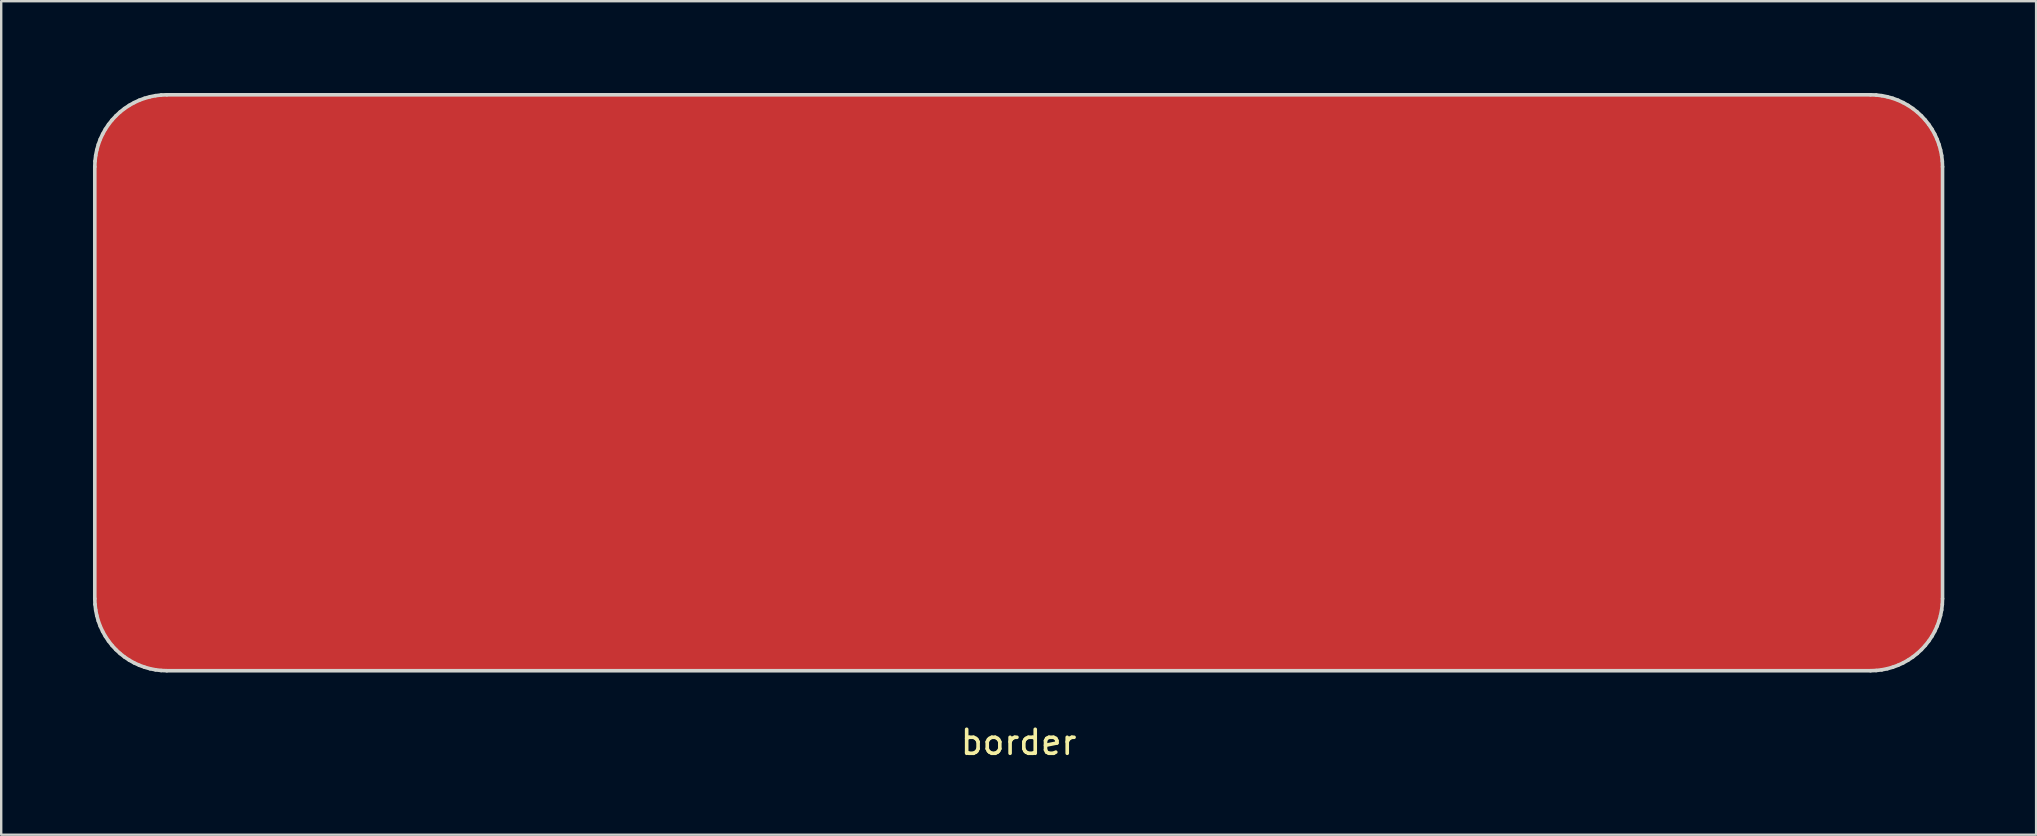
<source format=kicad_pcb>
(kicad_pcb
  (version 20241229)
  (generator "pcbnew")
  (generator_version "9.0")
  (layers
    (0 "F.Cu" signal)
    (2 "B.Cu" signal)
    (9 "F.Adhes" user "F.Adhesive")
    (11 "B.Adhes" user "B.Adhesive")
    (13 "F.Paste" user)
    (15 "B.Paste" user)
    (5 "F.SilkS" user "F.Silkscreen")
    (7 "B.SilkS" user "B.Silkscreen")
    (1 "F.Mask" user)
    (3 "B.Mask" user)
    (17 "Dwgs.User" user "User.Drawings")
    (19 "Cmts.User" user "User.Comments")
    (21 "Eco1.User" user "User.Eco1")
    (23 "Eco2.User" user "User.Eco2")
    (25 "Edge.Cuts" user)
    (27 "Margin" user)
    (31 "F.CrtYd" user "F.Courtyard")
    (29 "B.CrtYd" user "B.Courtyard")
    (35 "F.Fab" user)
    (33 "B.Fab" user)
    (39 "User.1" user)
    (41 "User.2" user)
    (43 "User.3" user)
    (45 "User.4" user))
  (footprint "border"
    (layer "F.Cu")
    (at 39.4 12.9)
    (property "Reference" "border" (at 0 14.986 0) (layer "F.SilkS") (effects (font (size 1 1) (thickness 0.15))))
    (attr through_hole)
    (fp_line (start -38.5 -9) (end -38.5 9) (stroke (width 1.8) (type solid)) (layer "F.Mask"))
    (fp_line (start -38.5 -9) (end -38.491 -9.235) (stroke (width 1.8) (type solid)) (layer "F.Mask"))
    (fp_line (start -38.491 -9.235) (end -38.463 -9.469) (stroke (width 1.8) (type solid)) (layer "F.Mask"))
    (fp_line (start -38.491 9.235) (end -38.5 9) (stroke (width 1.8) (type solid)) (layer "F.Mask"))
    (fp_line (start -38.463 -9.469) (end -38.417 -9.7) (stroke (width 1.8) (type solid)) (layer "F.Mask"))
    (fp_line (start -38.463 9.469) (end -38.491 9.235) (stroke (width 1.8) (type solid)) (layer "F.Mask"))
    (fp_line (start -38.417 -9.7) (end -38.353 -9.927) (stroke (width 1.8) (type solid)) (layer "F.Mask"))
    (fp_line (start -38.417 9.7) (end -38.463 9.469) (stroke (width 1.8) (type solid)) (layer "F.Mask"))
    (fp_line (start -38.353 -9.927) (end -38.272 -10.148) (stroke (width 1.8) (type solid)) (layer "F.Mask"))
    (fp_line (start -38.353 9.927) (end -38.417 9.7) (stroke (width 1.8) (type solid)) (layer "F.Mask"))
    (fp_line (start -38.272 -10.148) (end -38.173 -10.362) (stroke (width 1.8) (type solid)) (layer "F.Mask"))
    (fp_line (start -38.272 10.148) (end -38.353 9.927) (stroke (width 1.8) (type solid)) (layer "F.Mask"))
    (fp_line (start -38.173 -10.362) (end -38.058 -10.567) (stroke (width 1.8) (type solid)) (layer "F.Mask"))
    (fp_line (start -38.173 10.362) (end -38.272 10.148) (stroke (width 1.8) (type solid)) (layer "F.Mask"))
    (fp_line (start -38.058 -10.567) (end -37.927 -10.763) (stroke (width 1.8) (type solid)) (layer "F.Mask"))
    (fp_line (start -38.058 10.567) (end -38.173 10.362) (stroke (width 1.8) (type solid)) (layer "F.Mask"))
    (fp_line (start -37.927 -10.763) (end -37.781 -10.948) (stroke (width 1.8) (type solid)) (layer "F.Mask"))
    (fp_line (start -37.927 10.763) (end -38.058 10.567) (stroke (width 1.8) (type solid)) (layer "F.Mask"))
    (fp_line (start -37.781 -10.948) (end -37.621 -11.121) (stroke (width 1.8) (type solid)) (layer "F.Mask"))
    (fp_line (start -37.781 10.948) (end -37.927 10.763) (stroke (width 1.8) (type solid)) (layer "F.Mask"))
    (fp_line (start -37.621 -11.121) (end -37.448 -11.281) (stroke (width 1.8) (type solid)) (layer "F.Mask"))
    (fp_line (start -37.621 11.121) (end -37.781 10.948) (stroke (width 1.8) (type solid)) (layer "F.Mask"))
    (fp_line (start -37.448 -11.281) (end -37.263 -11.427) (stroke (width 1.8) (type solid)) (layer "F.Mask"))
    (fp_line (start -37.448 11.281) (end -37.621 11.121) (stroke (width 1.8) (type solid)) (layer "F.Mask"))
    (fp_line (start -37.263 -11.427) (end -37.067 -11.558) (stroke (width 1.8) (type solid)) (layer "F.Mask"))
    (fp_line (start -37.263 11.427) (end -37.448 11.281) (stroke (width 1.8) (type solid)) (layer "F.Mask"))
    (fp_line (start -37.067 -11.558) (end -36.862 -11.673) (stroke (width 1.8) (type solid)) (layer "F.Mask"))
    (fp_line (start -37.067 11.558) (end -37.263 11.427) (stroke (width 1.8) (type solid)) (layer "F.Mask"))
    (fp_line (start -36.862 -11.673) (end -36.648 -11.772) (stroke (width 1.8) (type solid)) (layer "F.Mask"))
    (fp_line (start -36.862 11.673) (end -37.067 11.558) (stroke (width 1.8) (type solid)) (layer "F.Mask"))
    (fp_line (start -36.648 -11.772) (end -36.427 -11.853) (stroke (width 1.8) (type solid)) (layer "F.Mask"))
    (fp_line (start -36.648 11.772) (end -36.862 11.673) (stroke (width 1.8) (type solid)) (layer "F.Mask"))
    (fp_line (start -36.427 -11.853) (end -36.2 -11.917) (stroke (width 1.8) (type solid)) (layer "F.Mask"))
    (fp_line (start -36.427 11.853) (end -36.648 11.772) (stroke (width 1.8) (type solid)) (layer "F.Mask"))
    (fp_line (start -36.2 -11.917) (end -35.969 -11.963) (stroke (width 1.8) (type solid)) (layer "F.Mask"))
    (fp_line (start -36.2 11.917) (end -36.427 11.853) (stroke (width 1.8) (type solid)) (layer "F.Mask"))
    (fp_line (start -35.969 -11.963) (end -35.735 -11.991) (stroke (width 1.8) (type solid)) (layer "F.Mask"))
    (fp_line (start -35.969 11.963) (end -36.2 11.917) (stroke (width 1.8) (type solid)) (layer "F.Mask"))
    (fp_line (start -35.735 -11.991) (end -35.5 -12) (stroke (width 1.8) (type solid)) (layer "F.Mask"))
    (fp_line (start -35.735 11.991) (end -35.969 11.963) (stroke (width 1.8) (type solid)) (layer "F.Mask"))
    (fp_line (start -35.5 -12) (end 35.5 -12) (stroke (width 1.8) (type solid)) (layer "F.Mask"))
    (fp_line (start -35.5 12) (end -35.735 11.991) (stroke (width 1.8) (type solid)) (layer "F.Mask"))
    (fp_line (start -35.5 12) (end 35.5 12) (stroke (width 1.8) (type solid)) (layer "F.Mask"))
    (fp_line (start 35.5 -12) (end 35.735 -11.991) (stroke (width 1.8) (type solid)) (layer "F.Mask"))
    (fp_line (start 35.735 -11.991) (end 35.969 -11.963) (stroke (width 1.8) (type solid)) (layer "F.Mask"))
    (fp_line (start 35.735 11.991) (end 35.5 12) (stroke (width 1.8) (type solid)) (layer "F.Mask"))
    (fp_line (start 35.969 -11.963) (end 36.2 -11.917) (stroke (width 1.8) (type solid)) (layer "F.Mask"))
    (fp_line (start 35.969 11.963) (end 35.735 11.991) (stroke (width 1.8) (type solid)) (layer "F.Mask"))
    (fp_line (start 36.2 -11.917) (end 36.427 -11.853) (stroke (width 1.8) (type solid)) (layer "F.Mask"))
    (fp_line (start 36.2 11.917) (end 35.969 11.963) (stroke (width 1.8) (type solid)) (layer "F.Mask"))
    (fp_line (start 36.427 -11.853) (end 36.648 -11.772) (stroke (width 1.8) (type solid)) (layer "F.Mask"))
    (fp_line (start 36.427 11.853) (end 36.2 11.917) (stroke (width 1.8) (type solid)) (layer "F.Mask"))
    (fp_line (start 36.648 -11.772) (end 36.862 -11.673) (stroke (width 1.8) (type solid)) (layer "F.Mask"))
    (fp_line (start 36.648 11.772) (end 36.427 11.853) (stroke (width 1.8) (type solid)) (layer "F.Mask"))
    (fp_line (start 36.862 -11.673) (end 37.067 -11.558) (stroke (width 1.8) (type solid)) (layer "F.Mask"))
    (fp_line (start 36.862 11.673) (end 36.648 11.772) (stroke (width 1.8) (type solid)) (layer "F.Mask"))
    (fp_line (start 37.067 -11.558) (end 37.263 -11.427) (stroke (width 1.8) (type solid)) (layer "F.Mask"))
    (fp_line (start 37.067 11.558) (end 36.862 11.673) (stroke (width 1.8) (type solid)) (layer "F.Mask"))
    (fp_line (start 37.263 -11.427) (end 37.448 -11.281) (stroke (width 1.8) (type solid)) (layer "F.Mask"))
    (fp_line (start 37.263 11.427) (end 37.067 11.558) (stroke (width 1.8) (type solid)) (layer "F.Mask"))
    (fp_line (start 37.448 -11.281) (end 37.621 -11.121) (stroke (width 1.8) (type solid)) (layer "F.Mask"))
    (fp_line (start 37.448 11.281) (end 37.263 11.427) (stroke (width 1.8) (type solid)) (layer "F.Mask"))
    (fp_line (start 37.621 -11.121) (end 37.781 -10.948) (stroke (width 1.8) (type solid)) (layer "F.Mask"))
    (fp_line (start 37.621 11.121) (end 37.448 11.281) (stroke (width 1.8) (type solid)) (layer "F.Mask"))
    (fp_line (start 37.781 -10.948) (end 37.927 -10.763) (stroke (width 1.8) (type solid)) (layer "F.Mask"))
    (fp_line (start 37.781 10.948) (end 37.621 11.121) (stroke (width 1.8) (type solid)) (layer "F.Mask"))
    (fp_line (start 37.927 -10.763) (end 38.058 -10.567) (stroke (width 1.8) (type solid)) (layer "F.Mask"))
    (fp_line (start 37.927 10.763) (end 37.781 10.948) (stroke (width 1.8) (type solid)) (layer "F.Mask"))
    (fp_line (start 38.058 -10.567) (end 38.173 -10.362) (stroke (width 1.8) (type solid)) (layer "F.Mask"))
    (fp_line (start 38.058 10.567) (end 37.927 10.763) (stroke (width 1.8) (type solid)) (layer "F.Mask"))
    (fp_line (start 38.173 -10.362) (end 38.272 -10.148) (stroke (width 1.8) (type solid)) (layer "F.Mask"))
    (fp_line (start 38.173 10.362) (end 38.058 10.567) (stroke (width 1.8) (type solid)) (layer "F.Mask"))
    (fp_line (start 38.272 -10.148) (end 38.353 -9.927) (stroke (width 1.8) (type solid)) (layer "F.Mask"))
    (fp_line (start 38.272 10.148) (end 38.173 10.362) (stroke (width 1.8) (type solid)) (layer "F.Mask"))
    (fp_line (start 38.353 -9.927) (end 38.417 -9.7) (stroke (width 1.8) (type solid)) (layer "F.Mask"))
    (fp_line (start 38.353 9.927) (end 38.272 10.148) (stroke (width 1.8) (type solid)) (layer "F.Mask"))
    (fp_line (start 38.417 -9.7) (end 38.463 -9.469) (stroke (width 1.8) (type solid)) (layer "F.Mask"))
    (fp_line (start 38.417 9.7) (end 38.353 9.927) (stroke (width 1.8) (type solid)) (layer "F.Mask"))
    (fp_line (start 38.463 -9.469) (end 38.491 -9.235) (stroke (width 1.8) (type solid)) (layer "F.Mask"))
    (fp_line (start 38.463 9.469) (end 38.417 9.7) (stroke (width 1.8) (type solid)) (layer "F.Mask"))
    (fp_line (start 38.491 -9.235) (end 38.5 -9) (stroke (width 1.8) (type solid)) (layer "F.Mask"))
    (fp_line (start 38.491 9.235) (end 38.463 9.469) (stroke (width 1.8) (type solid)) (layer "F.Mask"))
    (fp_line (start 38.5 -9) (end 38.5 9) (stroke (width 1.8) (type solid)) (layer "F.Mask"))
    (fp_line (start 38.5 9) (end 38.491 9.235) (stroke (width 1.8) (type solid)) (layer "F.Mask"))
    (fp_line (start -38.5 -9) (end -38.5 9) (stroke (width 0.15) (type solid)) (layer "Edge.Cuts"))
    (fp_line (start -38.5 -9) (end -38.491 -9.235) (stroke (width 0.15) (type solid)) (layer "Edge.Cuts"))
    (fp_line (start -38.491 -9.235) (end -38.463 -9.469) (stroke (width 0.15) (type solid)) (layer "Edge.Cuts"))
    (fp_line (start -38.491 9.235) (end -38.5 9) (stroke (width 0.15) (type solid)) (layer "Edge.Cuts"))
    (fp_line (start -38.463 -9.469) (end -38.417 -9.7) (stroke (width 0.15) (type solid)) (layer "Edge.Cuts"))
    (fp_line (start -38.463 9.469) (end -38.491 9.235) (stroke (width 0.15) (type solid)) (layer "Edge.Cuts"))
    (fp_line (start -38.417 -9.7) (end -38.353 -9.927) (stroke (width 0.15) (type solid)) (layer "Edge.Cuts"))
    (fp_line (start -38.417 9.7) (end -38.463 9.469) (stroke (width 0.15) (type solid)) (layer "Edge.Cuts"))
    (fp_line (start -38.353 -9.927) (end -38.272 -10.148) (stroke (width 0.15) (type solid)) (layer "Edge.Cuts"))
    (fp_line (start -38.353 9.927) (end -38.417 9.7) (stroke (width 0.15) (type solid)) (layer "Edge.Cuts"))
    (fp_line (start -38.272 -10.148) (end -38.173 -10.362) (stroke (width 0.15) (type solid)) (layer "Edge.Cuts"))
    (fp_line (start -38.272 10.148) (end -38.353 9.927) (stroke (width 0.15) (type solid)) (layer "Edge.Cuts"))
    (fp_line (start -38.173 -10.362) (end -38.058 -10.567) (stroke (width 0.15) (type solid)) (layer "Edge.Cuts"))
    (fp_line (start -38.173 10.362) (end -38.272 10.148) (stroke (width 0.15) (type solid)) (layer "Edge.Cuts"))
    (fp_line (start -38.058 -10.567) (end -37.927 -10.763) (stroke (width 0.15) (type solid)) (layer "Edge.Cuts"))
    (fp_line (start -38.058 10.567) (end -38.173 10.362) (stroke (width 0.15) (type solid)) (layer "Edge.Cuts"))
    (fp_line (start -37.927 -10.763) (end -37.781 -10.948) (stroke (width 0.15) (type solid)) (layer "Edge.Cuts"))
    (fp_line (start -37.927 10.763) (end -38.058 10.567) (stroke (width 0.15) (type solid)) (layer "Edge.Cuts"))
    (fp_line (start -37.781 -10.948) (end -37.621 -11.121) (stroke (width 0.15) (type solid)) (layer "Edge.Cuts"))
    (fp_line (start -37.781 10.948) (end -37.927 10.763) (stroke (width 0.15) (type solid)) (layer "Edge.Cuts"))
    (fp_line (start -37.621 -11.121) (end -37.448 -11.281) (stroke (width 0.15) (type solid)) (layer "Edge.Cuts"))
    (fp_line (start -37.621 11.121) (end -37.781 10.948) (stroke (width 0.15) (type solid)) (layer "Edge.Cuts"))
    (fp_line (start -37.448 -11.281) (end -37.263 -11.427) (stroke (width 0.15) (type solid)) (layer "Edge.Cuts"))
    (fp_line (start -37.448 11.281) (end -37.621 11.121) (stroke (width 0.15) (type solid)) (layer "Edge.Cuts"))
    (fp_line (start -37.263 -11.427) (end -37.067 -11.558) (stroke (width 0.15) (type solid)) (layer "Edge.Cuts"))
    (fp_line (start -37.263 11.427) (end -37.448 11.281) (stroke (width 0.15) (type solid)) (layer "Edge.Cuts"))
    (fp_line (start -37.067 -11.558) (end -36.862 -11.673) (stroke (width 0.15) (type solid)) (layer "Edge.Cuts"))
    (fp_line (start -37.067 11.558) (end -37.263 11.427) (stroke (width 0.15) (type solid)) (layer "Edge.Cuts"))
    (fp_line (start -36.862 -11.673) (end -36.648 -11.772) (stroke (width 0.15) (type solid)) (layer "Edge.Cuts"))
    (fp_line (start -36.862 11.673) (end -37.067 11.558) (stroke (width 0.15) (type solid)) (layer "Edge.Cuts"))
    (fp_line (start -36.648 -11.772) (end -36.427 -11.853) (stroke (width 0.15) (type solid)) (layer "Edge.Cuts"))
    (fp_line (start -36.648 11.772) (end -36.862 11.673) (stroke (width 0.15) (type solid)) (layer "Edge.Cuts"))
    (fp_line (start -36.427 -11.853) (end -36.2 -11.917) (stroke (width 0.15) (type solid)) (layer "Edge.Cuts"))
    (fp_line (start -36.427 11.853) (end -36.648 11.772) (stroke (width 0.15) (type solid)) (layer "Edge.Cuts"))
    (fp_line (start -36.2 -11.917) (end -35.969 -11.963) (stroke (width 0.15) (type solid)) (layer "Edge.Cuts"))
    (fp_line (start -36.2 11.917) (end -36.427 11.853) (stroke (width 0.15) (type solid)) (layer "Edge.Cuts"))
    (fp_line (start -35.969 -11.963) (end -35.735 -11.991) (stroke (width 0.15) (type solid)) (layer "Edge.Cuts"))
    (fp_line (start -35.969 11.963) (end -36.2 11.917) (stroke (width 0.15) (type solid)) (layer "Edge.Cuts"))
    (fp_line (start -35.735 -11.991) (end -35.5 -12) (stroke (width 0.15) (type solid)) (layer "Edge.Cuts"))
    (fp_line (start -35.735 11.991) (end -35.969 11.963) (stroke (width 0.15) (type solid)) (layer "Edge.Cuts"))
    (fp_line (start -35.5 -12) (end 35.5 -12) (stroke (width 0.15) (type solid)) (layer "Edge.Cuts"))
    (fp_line (start -35.5 12) (end -35.735 11.991) (stroke (width 0.15) (type solid)) (layer "Edge.Cuts"))
    (fp_line (start -35.5 12) (end 35.5 12) (stroke (width 0.15) (type solid)) (layer "Edge.Cuts"))
    (fp_line (start 35.5 -12) (end 35.735 -11.991) (stroke (width 0.15) (type solid)) (layer "Edge.Cuts"))
    (fp_line (start 35.735 -11.991) (end 35.969 -11.963) (stroke (width 0.15) (type solid)) (layer "Edge.Cuts"))
    (fp_line (start 35.735 11.991) (end 35.5 12) (stroke (width 0.15) (type solid)) (layer "Edge.Cuts"))
    (fp_line (start 35.969 -11.963) (end 36.2 -11.917) (stroke (width 0.15) (type solid)) (layer "Edge.Cuts"))
    (fp_line (start 35.969 11.963) (end 35.735 11.991) (stroke (width 0.15) (type solid)) (layer "Edge.Cuts"))
    (fp_line (start 36.2 -11.917) (end 36.427 -11.853) (stroke (width 0.15) (type solid)) (layer "Edge.Cuts"))
    (fp_line (start 36.2 11.917) (end 35.969 11.963) (stroke (width 0.15) (type solid)) (layer "Edge.Cuts"))
    (fp_line (start 36.427 -11.853) (end 36.648 -11.772) (stroke (width 0.15) (type solid)) (layer "Edge.Cuts"))
    (fp_line (start 36.427 11.853) (end 36.2 11.917) (stroke (width 0.15) (type solid)) (layer "Edge.Cuts"))
    (fp_line (start 36.648 -11.772) (end 36.862 -11.673) (stroke (width 0.15) (type solid)) (layer "Edge.Cuts"))
    (fp_line (start 36.648 11.772) (end 36.427 11.853) (stroke (width 0.15) (type solid)) (layer "Edge.Cuts"))
    (fp_line (start 36.862 -11.673) (end 37.067 -11.558) (stroke (width 0.15) (type solid)) (layer "Edge.Cuts"))
    (fp_line (start 36.862 11.673) (end 36.648 11.772) (stroke (width 0.15) (type solid)) (layer "Edge.Cuts"))
    (fp_line (start 37.067 -11.558) (end 37.263 -11.427) (stroke (width 0.15) (type solid)) (layer "Edge.Cuts"))
    (fp_line (start 37.067 11.558) (end 36.862 11.673) (stroke (width 0.15) (type solid)) (layer "Edge.Cuts"))
    (fp_line (start 37.263 -11.427) (end 37.448 -11.281) (stroke (width 0.15) (type solid)) (layer "Edge.Cuts"))
    (fp_line (start 37.263 11.427) (end 37.067 11.558) (stroke (width 0.15) (type solid)) (layer "Edge.Cuts"))
    (fp_line (start 37.448 -11.281) (end 37.621 -11.121) (stroke (width 0.15) (type solid)) (layer "Edge.Cuts"))
    (fp_line (start 37.448 11.281) (end 37.263 11.427) (stroke (width 0.15) (type solid)) (layer "Edge.Cuts"))
    (fp_line (start 37.621 -11.121) (end 37.781 -10.948) (stroke (width 0.15) (type solid)) (layer "Edge.Cuts"))
    (fp_line (start 37.621 11.121) (end 37.448 11.281) (stroke (width 0.15) (type solid)) (layer "Edge.Cuts"))
    (fp_line (start 37.781 -10.948) (end 37.927 -10.763) (stroke (width 0.15) (type solid)) (layer "Edge.Cuts"))
    (fp_line (start 37.781 10.948) (end 37.621 11.121) (stroke (width 0.15) (type solid)) (layer "Edge.Cuts"))
    (fp_line (start 37.927 -10.763) (end 38.058 -10.567) (stroke (width 0.15) (type solid)) (layer "Edge.Cuts"))
    (fp_line (start 37.927 10.763) (end 37.781 10.948) (stroke (width 0.15) (type solid)) (layer "Edge.Cuts"))
    (fp_line (start 38.058 -10.567) (end 38.173 -10.362) (stroke (width 0.15) (type solid)) (layer "Edge.Cuts"))
    (fp_line (start 38.058 10.567) (end 37.927 10.763) (stroke (width 0.15) (type solid)) (layer "Edge.Cuts"))
    (fp_line (start 38.173 -10.362) (end 38.272 -10.148) (stroke (width 0.15) (type solid)) (layer "Edge.Cuts"))
    (fp_line (start 38.173 10.362) (end 38.058 10.567) (stroke (width 0.15) (type solid)) (layer "Edge.Cuts"))
    (fp_line (start 38.272 -10.148) (end 38.353 -9.927) (stroke (width 0.15) (type solid)) (layer "Edge.Cuts"))
    (fp_line (start 38.272 10.148) (end 38.173 10.362) (stroke (width 0.15) (type solid)) (layer "Edge.Cuts"))
    (fp_line (start 38.353 -9.927) (end 38.417 -9.7) (stroke (width 0.15) (type solid)) (layer "Edge.Cuts"))
    (fp_line (start 38.353 9.927) (end 38.272 10.148) (stroke (width 0.15) (type solid)) (layer "Edge.Cuts"))
    (fp_line (start 38.417 -9.7) (end 38.463 -9.469) (stroke (width 0.15) (type solid)) (layer "Edge.Cuts"))
    (fp_line (start 38.417 9.7) (end 38.353 9.927) (stroke (width 0.15) (type solid)) (layer "Edge.Cuts"))
    (fp_line (start 38.463 -9.469) (end 38.491 -9.235) (stroke (width 0.15) (type solid)) (layer "Edge.Cuts"))
    (fp_line (start 38.463 9.469) (end 38.417 9.7) (stroke (width 0.15) (type solid)) (layer "Edge.Cuts"))
    (fp_line (start 38.491 -9.235) (end 38.5 -9) (stroke (width 0.15) (type solid)) (layer "Edge.Cuts"))
    (fp_line (start 38.491 9.235) (end 38.463 9.469) (stroke (width 0.15) (type solid)) (layer "Edge.Cuts"))
    (fp_line (start 38.5 -9) (end 38.5 9) (stroke (width 0.15) (type solid)) (layer "Edge.Cuts"))
    (fp_line (start 38.5 9) (end 38.491 9.235) (stroke (width 0.15) (type solid)) (layer "Edge.Cuts"))
    (pad "1" smd roundrect (at 0 0) (size 77 24) (layers "F.Cu") (roundrect_rratio 0.125)))
  (gr_rect
    (start -3 -3)
    (end 81.8 31.734)
    (stroke (width 0.1) (type default))
    (fill no)
    (layer "Edge.Cuts")))
</source>
